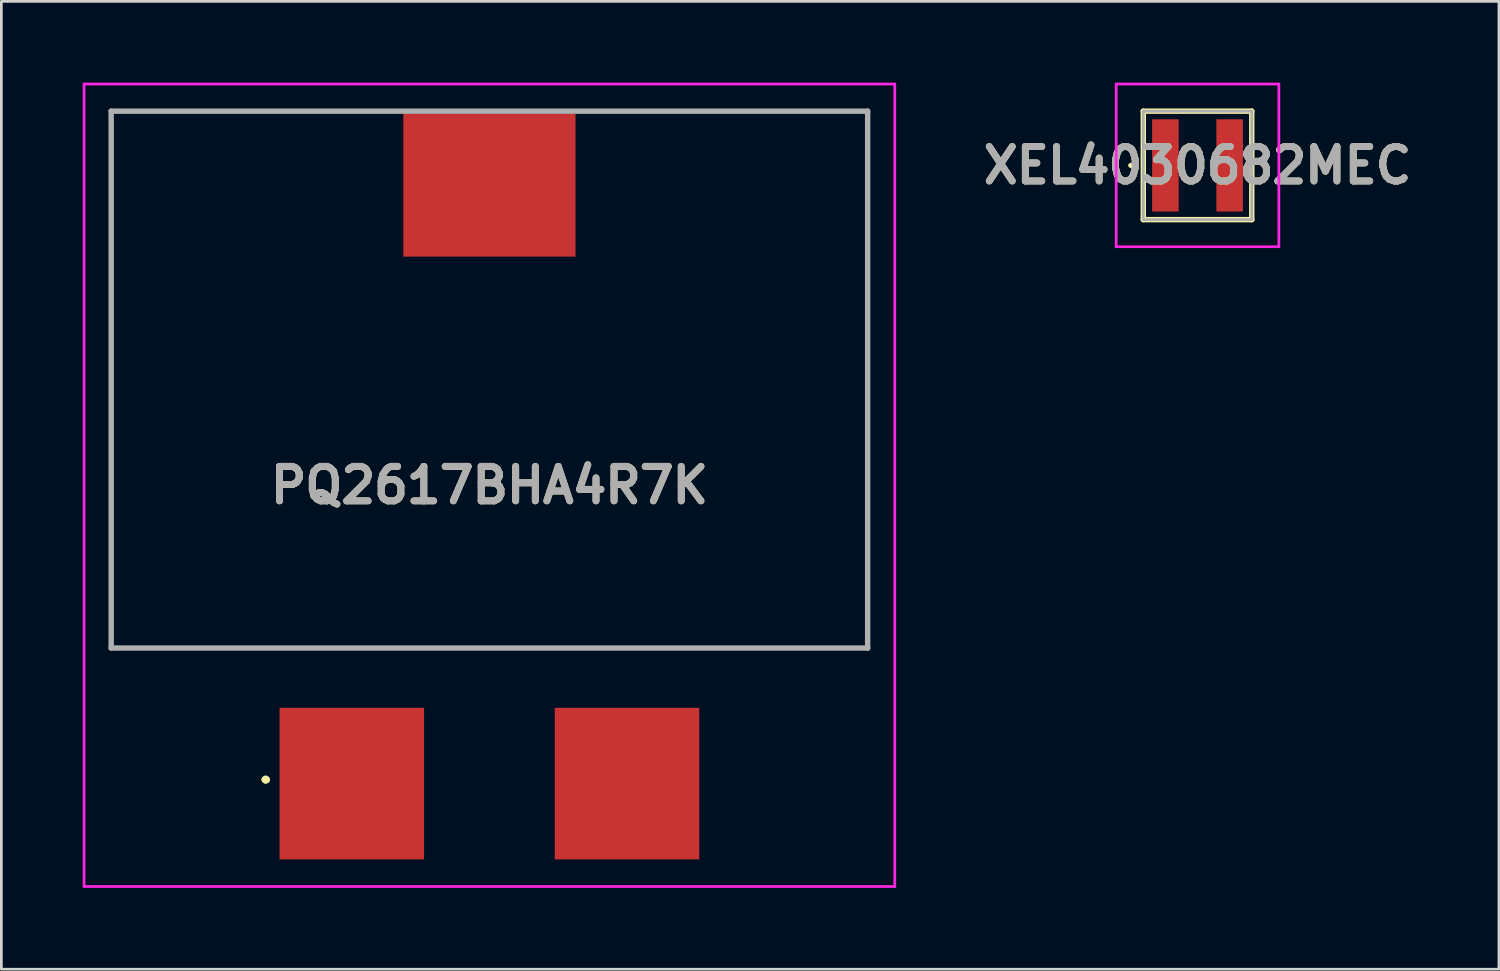
<source format=kicad_pcb>
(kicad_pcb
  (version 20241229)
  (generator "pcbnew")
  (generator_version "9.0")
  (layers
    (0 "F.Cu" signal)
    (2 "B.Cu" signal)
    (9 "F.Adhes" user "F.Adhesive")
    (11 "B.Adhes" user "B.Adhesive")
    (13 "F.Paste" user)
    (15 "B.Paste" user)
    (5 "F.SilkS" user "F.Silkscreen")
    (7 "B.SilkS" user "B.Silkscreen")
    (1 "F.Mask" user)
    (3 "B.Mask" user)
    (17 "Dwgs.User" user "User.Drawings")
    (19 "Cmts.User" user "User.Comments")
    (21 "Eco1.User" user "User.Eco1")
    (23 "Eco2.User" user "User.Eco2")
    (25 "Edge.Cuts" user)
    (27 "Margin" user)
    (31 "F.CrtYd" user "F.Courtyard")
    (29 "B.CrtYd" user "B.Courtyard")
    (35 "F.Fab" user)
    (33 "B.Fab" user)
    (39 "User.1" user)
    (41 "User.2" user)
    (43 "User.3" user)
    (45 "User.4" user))
  (footprint "PQ2617BHA4R7K"
    (layer "F.Cu")
    (at 15 10.95)
    (property "Reference" "PQ2617BHA4R7K" (at 0 3.897 0) (layer "F.SilkS") (effects (font (size 1.27 1.27) (thickness 0.254))))
    (attr smd)
    (fp_line (start -13.95 -9.9) (end -13.95 -9.9) (stroke (width 0.1) (type solid)) (layer "F.SilkS"))
    (fp_line (start -13.95 -9.9) (end -13.95 -9.9) (stroke (width 0.1) (type solid)) (layer "F.SilkS"))
    (fp_line (start -13.95 -9.9) (end -13.95 9.9) (stroke (width 0.1) (type solid)) (layer "F.SilkS"))
    (fp_line (start -13.95 -9.9) (end -3.75 -9.9) (stroke (width 0.1) (type solid)) (layer "F.SilkS"))
    (fp_line (start -13.95 9.9) (end -13.95 -9.9) (stroke (width 0.1) (type solid)) (layer "F.SilkS"))
    (fp_line (start -13.95 9.9) (end -13.95 9.9) (stroke (width 0.1) (type solid)) (layer "F.SilkS"))
    (fp_line (start -13.95 9.9) (end -13.95 9.9) (stroke (width 0.1) (type solid)) (layer "F.SilkS"))
    (fp_line (start -13.95 9.9) (end 13.95 9.9) (stroke (width 0.1) (type solid)) (layer "F.SilkS"))
    (fp_line (start -8.3 14.75) (end -8.3 14.75) (stroke (width 0.2) (type solid)) (layer "F.SilkS"))
    (fp_line (start -8.3 14.75) (end -8.3 14.75) (stroke (width 0.2) (type solid)) (layer "F.SilkS"))
    (fp_line (start -8.2 14.75) (end -8.2 14.75) (stroke (width 0.2) (type solid)) (layer "F.SilkS"))
    (fp_line (start -3.75 -9.9) (end -13.95 -9.9) (stroke (width 0.1) (type solid)) (layer "F.SilkS"))
    (fp_line (start -3.75 -9.9) (end -3.75 -9.9) (stroke (width 0.1) (type solid)) (layer "F.SilkS"))
    (fp_line (start 3.75 -9.9) (end 3.75 -9.9) (stroke (width 0.1) (type solid)) (layer "F.SilkS"))
    (fp_line (start 3.75 -9.9) (end 13.95 -9.9) (stroke (width 0.1) (type solid)) (layer "F.SilkS"))
    (fp_line (start 13.95 -9.9) (end 3.75 -9.9) (stroke (width 0.1) (type solid)) (layer "F.SilkS"))
    (fp_line (start 13.95 -9.9) (end 13.95 -9.9) (stroke (width 0.1) (type solid)) (layer "F.SilkS"))
    (fp_line (start 13.95 -9.9) (end 13.95 -9.9) (stroke (width 0.1) (type solid)) (layer "F.SilkS"))
    (fp_line (start 13.95 -9.9) (end 13.95 9.9) (stroke (width 0.1) (type solid)) (layer "F.SilkS"))
    (fp_line (start 13.95 9.9) (end -13.95 9.9) (stroke (width 0.1) (type solid)) (layer "F.SilkS"))
    (fp_line (start 13.95 9.9) (end 13.95 -9.9) (stroke (width 0.1) (type solid)) (layer "F.SilkS"))
    (fp_line (start 13.95 9.9) (end 13.95 9.9) (stroke (width 0.1) (type solid)) (layer "F.SilkS"))
    (fp_line (start 13.95 9.9) (end 13.95 9.9) (stroke (width 0.1) (type solid)) (layer "F.SilkS"))
    (fp_arc (start -8.3 14.75) (mid -8.25 14.7) (end -8.2 14.75) (stroke (width 0.2) (type solid)) (layer "F.SilkS"))
    (fp_arc (start -8.2 14.75) (mid -8.25 14.8) (end -8.3 14.75) (stroke (width 0.2) (type solid)) (layer "F.SilkS"))
    (fp_arc (start -8.2 14.75) (mid -8.25 14.8) (end -8.3 14.75) (stroke (width 0.2) (type solid)) (layer "F.SilkS"))
    (fp_line (start -14.95 -10.9) (end 14.95 -10.9) (stroke (width 0.1) (type solid)) (layer "F.CrtYd"))
    (fp_line (start -14.95 18.695) (end -14.95 -10.9) (stroke (width 0.1) (type solid)) (layer "F.CrtYd"))
    (fp_line (start 14.95 -10.9) (end 14.95 18.695) (stroke (width 0.1) (type solid)) (layer "F.CrtYd"))
    (fp_line (start 14.95 18.695) (end -14.95 18.695) (stroke (width 0.1) (type solid)) (layer "F.CrtYd"))
    (fp_line (start -13.95 -9.9) (end -13.95 9.9) (stroke (width 0.2) (type solid)) (layer "F.Fab"))
    (fp_line (start -13.95 9.9) (end 13.95 9.9) (stroke (width 0.2) (type solid)) (layer "F.Fab"))
    (fp_line (start 13.95 -9.9) (end -13.95 -9.9) (stroke (width 0.2) (type solid)) (layer "F.Fab"))
    (fp_line (start 13.95 9.9) (end 13.95 -9.9) (stroke (width 0.2) (type solid)) (layer "F.Fab"))
    (fp_text user "${REFERENCE}" (at 0 3.897 0) (layer "F.Fab") (effects (font (size 1.27 1.27) (thickness 0.254))))
    (pad "1" smd rect (at -5.075 14.9) (size 5.33 5.59) (layers "F.Cu" "F.Mask" "F.Paste"))
    (pad "2" smd rect (at 5.075 14.9) (size 5.33 5.59) (layers "F.Cu" "F.Mask" "F.Paste"))
    (pad "3" smd rect (at 0 -7.175 90) (size 5.28 6.35) (layers "F.Cu" "F.Mask" "F.Paste")))
  (footprint "XEL4030682MEC"
    (layer "F.Cu")
    (at 41.116 3.05)
    (property "Reference" "XEL4030682MEC" (at 0 0 0) (layer "F.SilkS") (effects (font (size 1.27 1.27) (thickness 0.254))))
    (attr smd)
    (fp_line (start -2.5 0) (end -2.5 0) (stroke (width 0.1) (type solid)) (layer "F.SilkS"))
    (fp_line (start -2.4 0) (end -2.4 0) (stroke (width 0.1) (type solid)) (layer "F.SilkS"))
    (fp_line (start -2 -2) (end 2 -2) (stroke (width 0.2) (type solid)) (layer "F.SilkS"))
    (fp_line (start -2 2) (end -2 -2) (stroke (width 0.2) (type solid)) (layer "F.SilkS"))
    (fp_line (start 2 -2) (end 2 2) (stroke (width 0.2) (type solid)) (layer "F.SilkS"))
    (fp_line (start 2 2) (end -2 2) (stroke (width 0.2) (type solid)) (layer "F.SilkS"))
    (fp_arc (start -2.5 0) (mid -2.45 -0.05) (end -2.4 0) (stroke (width 0.1) (type solid)) (layer "F.SilkS"))
    (fp_arc (start -2.4 0) (mid -2.45 0.05) (end -2.5 0) (stroke (width 0.1) (type solid)) (layer "F.SilkS"))
    (fp_line (start -3 -3) (end 3 -3) (stroke (width 0.1) (type solid)) (layer "F.CrtYd"))
    (fp_line (start -3 3) (end -3 -3) (stroke (width 0.1) (type solid)) (layer "F.CrtYd"))
    (fp_line (start 3 -3) (end 3 3) (stroke (width 0.1) (type solid)) (layer "F.CrtYd"))
    (fp_line (start 3 3) (end -3 3) (stroke (width 0.1) (type solid)) (layer "F.CrtYd"))
    (fp_line (start -2 -2) (end 2 -2) (stroke (width 0.1) (type solid)) (layer "F.Fab"))
    (fp_line (start -2 2) (end -2 -2) (stroke (width 0.1) (type solid)) (layer "F.Fab"))
    (fp_line (start 2 -2) (end 2 2) (stroke (width 0.1) (type solid)) (layer "F.Fab"))
    (fp_line (start 2 2) (end -2 2) (stroke (width 0.1) (type solid)) (layer "F.Fab"))
    (fp_text user "${REFERENCE}" (at 0 0 0) (layer "F.Fab") (effects (font (size 1.27 1.27) (thickness 0.254))))
    (pad "1" smd rect (at -1.185 0) (size 0.98 3.4) (layers "F.Cu" "F.Mask" "F.Paste"))
    (pad "2" smd rect (at 1.185 0) (size 0.98 3.4) (layers "F.Cu" "F.Mask" "F.Paste")))
  (gr_rect
    (start -3 -3)
    (end 52.232 32.695)
    (stroke (width 0.1) (type default))
    (fill no)
    (layer "Edge.Cuts")))
</source>
